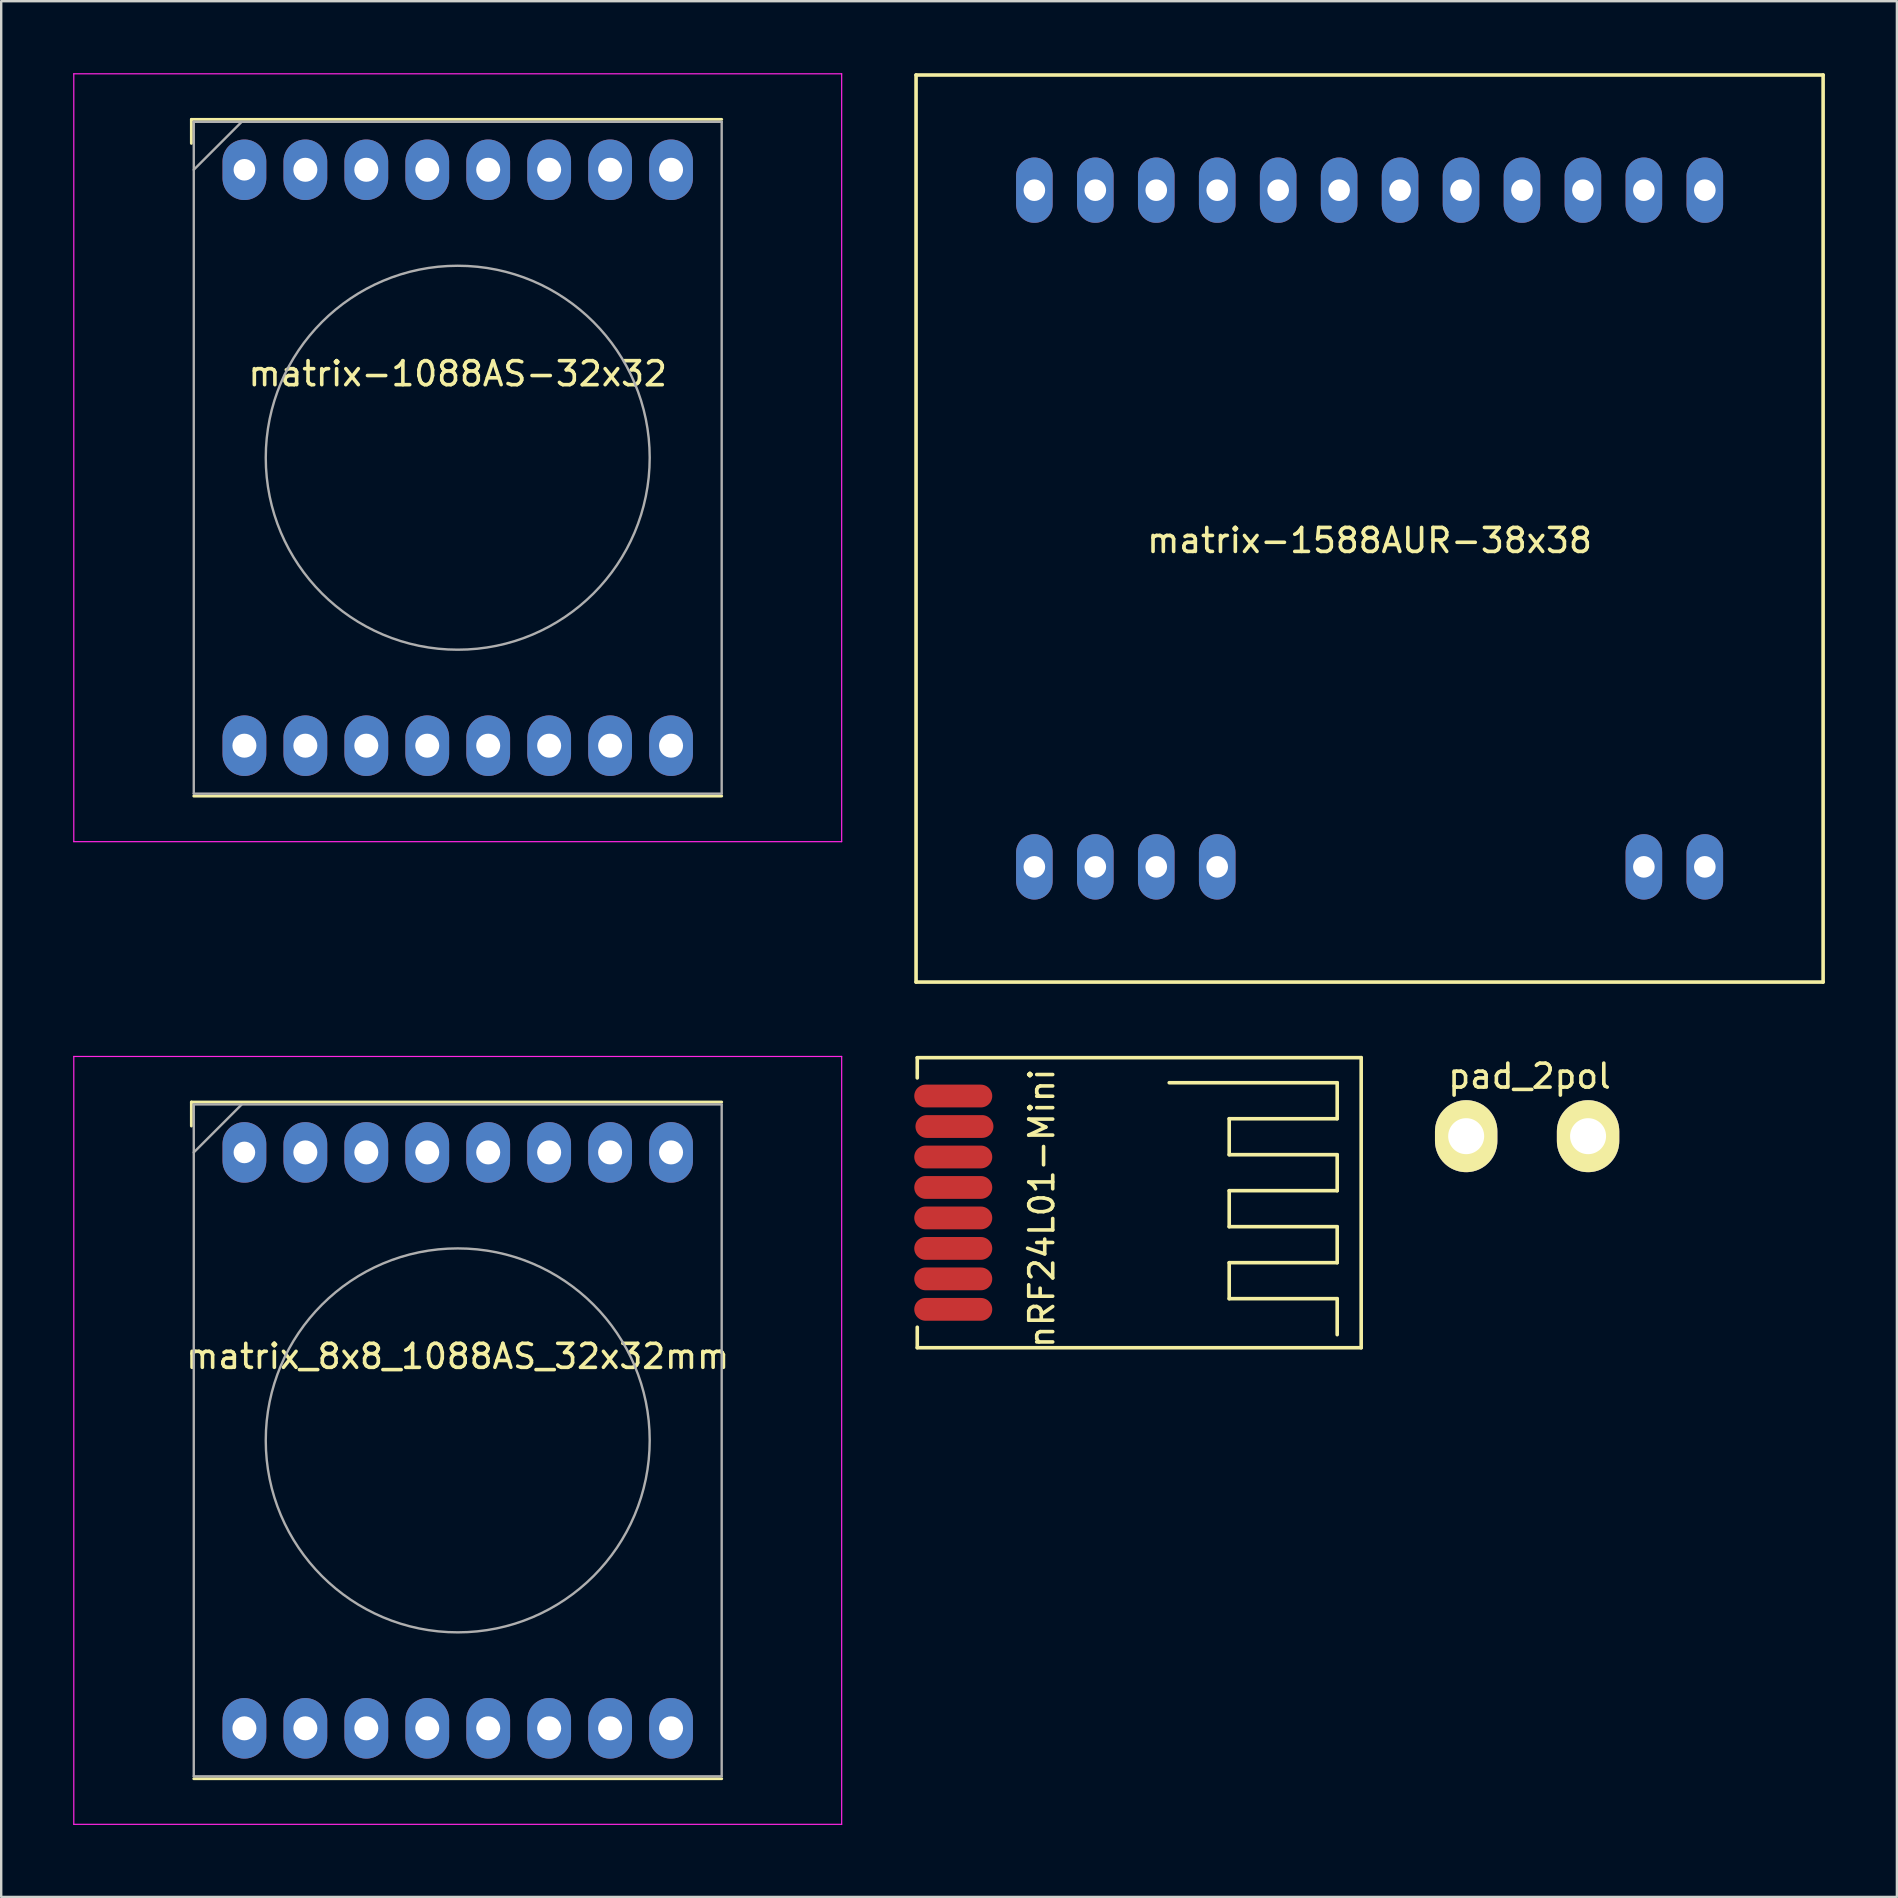
<source format=kicad_pcb>
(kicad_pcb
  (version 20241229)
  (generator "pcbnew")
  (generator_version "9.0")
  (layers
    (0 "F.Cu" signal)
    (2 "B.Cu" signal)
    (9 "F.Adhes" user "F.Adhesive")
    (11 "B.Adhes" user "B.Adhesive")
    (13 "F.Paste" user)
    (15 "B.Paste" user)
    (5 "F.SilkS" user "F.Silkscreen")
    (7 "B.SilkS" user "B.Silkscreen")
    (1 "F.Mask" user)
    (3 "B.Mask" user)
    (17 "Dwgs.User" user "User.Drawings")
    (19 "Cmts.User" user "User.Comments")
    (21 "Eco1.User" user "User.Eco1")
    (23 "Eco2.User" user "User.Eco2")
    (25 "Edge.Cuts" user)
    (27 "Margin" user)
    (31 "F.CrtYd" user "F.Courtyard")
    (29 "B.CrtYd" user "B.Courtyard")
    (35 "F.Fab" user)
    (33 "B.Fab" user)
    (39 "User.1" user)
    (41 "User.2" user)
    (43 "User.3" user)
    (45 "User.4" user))
  (footprint "matrix_8x8_1088AS_32x32mm"
    (layer "F.Cu")
    (at 16.025 56.975)
    (property "Reference" "matrix_8x8_1088AS_32x32mm" (at 0 -3.5 0) (layer "F.SilkS") (effects (font (size 1 1) (thickness 0.15))))
    (attr smd)
    (fp_line (start -11.1 -14.1) (end 11 -14.1) (stroke (width 0.12) (type solid)) (layer "F.SilkS"))
    (fp_line (start -11.1 -13.1) (end -11.1 -14.1) (stroke (width 0.12) (type solid)) (layer "F.SilkS"))
    (fp_line (start 11 14.1) (end -11 14.1) (stroke (width 0.12) (type solid)) (layer "F.SilkS"))
    (fp_line (start -16 -16) (end -16 16) (stroke (width 0.05) (type solid)) (layer "F.CrtYd"))
    (fp_line (start -16 16) (end 16 16) (stroke (width 0.05) (type solid)) (layer "F.CrtYd"))
    (fp_line (start 16 -16) (end -16 -16) (stroke (width 0.05) (type solid)) (layer "F.CrtYd"))
    (fp_line (start 16 16) (end 16 -16) (stroke (width 0.05) (type solid)) (layer "F.CrtYd"))
    (fp_line (start -11 -14) (end 11 -14) (stroke (width 0.1) (type solid)) (layer "F.Fab"))
    (fp_line (start -11 -12) (end -9 -14) (stroke (width 0.1) (type solid)) (layer "F.Fab"))
    (fp_line (start -11 14) (end -11 -14) (stroke (width 0.1) (type solid)) (layer "F.Fab"))
    (fp_line (start 11 -14) (end 11 14) (stroke (width 0.1) (type solid)) (layer "F.Fab"))
    (fp_line (start 11 14) (end -11 14) (stroke (width 0.1) (type solid)) (layer "F.Fab"))
    (fp_circle (center 0 0) (end 0 -8) (stroke (width 0.1) (type solid)) (fill no) (layer "F.Fab"))
    (pad "1" thru_hole oval (at 8.89 -12) (size 1.824 2.524) (drill 1) (layers "*.Cu" "*.Mask"))
    (pad "2" thru_hole oval (at 6.35 -12) (size 1.824 2.524) (drill 1) (layers "*.Cu" "*.Mask"))
    (pad "3" thru_hole oval (at 3.81 -12) (size 1.824 2.524) (drill 1) (layers "*.Cu" "*.Mask"))
    (pad "4" thru_hole oval (at 1.27 -12) (size 1.824 2.524) (drill 1) (layers "*.Cu" "*.Mask"))
    (pad "5" thru_hole oval (at -1.27 -12) (size 1.824 2.524) (drill 1) (layers "*.Cu" "*.Mask"))
    (pad "6" thru_hole oval (at -3.81 -12) (size 1.824 2.524) (drill 1) (layers "*.Cu" "*.Mask"))
    (pad "7" thru_hole oval (at -6.35 -12) (size 1.824 2.524) (drill 1) (layers "*.Cu" "*.Mask"))
    (pad "8" thru_hole oval (at -8.89 -12) (size 1.824 2.524) (drill 0.9) (layers "*.Cu" "*.Mask"))
    (pad "9" thru_hole oval (at -8.89 12) (size 1.824 2.524) (drill 1) (layers "*.Cu" "*.Mask"))
    (pad "10" thru_hole oval (at -6.35 12) (size 1.824 2.524) (drill 1) (layers "*.Cu" "*.Mask"))
    (pad "11" thru_hole oval (at -3.81 12) (size 1.824 2.524) (drill 1) (layers "*.Cu" "*.Mask"))
    (pad "12" thru_hole oval (at -1.27 12) (size 1.824 2.524) (drill 1) (layers "*.Cu" "*.Mask"))
    (pad "13" thru_hole oval (at 1.27 12) (size 1.824 2.524) (drill 1) (layers "*.Cu" "*.Mask"))
    (pad "14" thru_hole oval (at 3.81 12) (size 1.824 2.524) (drill 1) (layers "*.Cu" "*.Mask"))
    (pad "15" thru_hole oval (at 6.35 12) (size 1.824 2.524) (drill 1) (layers "*.Cu" "*.Mask"))
    (pad "16" thru_hole oval (at 8.89 12) (size 1.824 2.524) (drill 1) (layers "*.Cu" "*.Mask")))
  (footprint "matrix-1588AUR-38x38"
    (layer "F.Cu")
    (at 54.025 18.975)
    (property "Reference" "matrix-1588AUR-38x38" (at 0 0.5 0) (layer "F.SilkS") (effects (font (size 1 1) (thickness 0.15))))
    (attr through_hole)
    (fp_line (start -18.9 -18.9) (end -18.9 18.9) (stroke (width 0.15) (type solid)) (layer "F.SilkS"))
    (fp_line (start -18.9 18.9) (end 18.9 18.9) (stroke (width 0.15) (type solid)) (layer "F.SilkS"))
    (fp_line (start 18.9 -18.9) (end -18.9 -18.9) (stroke (width 0.15) (type solid)) (layer "F.SilkS"))
    (fp_line (start 18.9 -18.9) (end 18.9 18.9) (stroke (width 0.15) (type solid)) (layer "F.SilkS"))
    (pad "1" thru_hole oval (at -13.97 14.1) (size 1.524 2.724) (drill 0.9) (layers "*.Cu" "*.Mask"))
    (pad "2" thru_hole oval (at -11.43 14.1) (size 1.524 2.724) (drill 0.9) (layers "*.Cu" "*.Mask"))
    (pad "3" thru_hole oval (at -8.89 14.1) (size 1.524 2.724) (drill 0.9) (layers "*.Cu" "*.Mask"))
    (pad "4" thru_hole oval (at -6.35 14.1) (size 1.524 2.724) (drill 0.9) (layers "*.Cu" "*.Mask"))
    (pad "11" thru_hole oval (at 11.43 14.1) (size 1.524 2.724) (drill 0.9) (layers "*.Cu" "*.Mask"))
    (pad "12" thru_hole oval (at 13.97 14.1) (size 1.524 2.724) (drill 0.9) (layers "*.Cu" "*.Mask"))
    (pad "13" thru_hole oval (at 13.97 -14.1) (size 1.524 2.724) (drill 0.9) (layers "*.Cu" "*.Mask"))
    (pad "14" thru_hole oval (at 11.43 -14.1) (size 1.524 2.724) (drill 0.9) (layers "*.Cu" "*.Mask"))
    (pad "15" thru_hole oval (at 8.89 -14.1) (size 1.524 2.724) (drill 0.9) (layers "*.Cu" "*.Mask"))
    (pad "16" thru_hole oval (at 6.35 -14.1) (size 1.524 2.724) (drill 0.9) (layers "*.Cu" "*.Mask"))
    (pad "17" thru_hole oval (at 3.81 -14.1) (size 1.524 2.724) (drill 0.9) (layers "*.Cu" "*.Mask"))
    (pad "18" thru_hole oval (at 1.27 -14.1) (size 1.524 2.724) (drill 0.9) (layers "*.Cu" "*.Mask"))
    (pad "19" thru_hole oval (at -1.27 -14.1) (size 1.524 2.724) (drill 0.9) (layers "*.Cu" "*.Mask"))
    (pad "20" thru_hole oval (at -3.81 -14.1) (size 1.524 2.724) (drill 0.9) (layers "*.Cu" "*.Mask"))
    (pad "21" thru_hole oval (at -6.35 -14.1) (size 1.524 2.724) (drill 0.9) (layers "*.Cu" "*.Mask"))
    (pad "22" thru_hole oval (at -8.89 -14.1) (size 1.524 2.724) (drill 0.9) (layers "*.Cu" "*.Mask"))
    (pad "23" thru_hole oval (at -11.43 -14.1) (size 1.524 2.724) (drill 0.9) (layers "*.Cu" "*.Mask"))
    (pad "24" thru_hole oval (at -13.97 -14.1) (size 1.524 2.724) (drill 0.9) (layers "*.Cu" "*.Mask")))
  (footprint "pad_2pol"
    (layer "F.Cu")
    (at 60.59 44.298)
    (property "Reference" "pad_2pol" (at 0.1 -2.5 0) (layer "F.SilkS") (effects (font (size 1 1) (thickness 0.15))))
    (attr through_hole)
    (pad "1" thru_hole oval (at -2.54 0) (size 2.6 3) (drill 1.5) (layers "*.Cu" "*.Mask" "F.SilkS"))
    (pad "2" thru_hole oval (at 2.54 0) (size 2.6 3) (drill 1.5) (layers "*.Cu" "*.Mask" "F.SilkS")))
  (footprint "matrix-1088AS-32x32"
    (layer "F.Cu")
    (at 16.025 16.025)
    (property "Reference" "matrix-1088AS-32x32" (at 0 -3.5 0) (layer "F.SilkS") (effects (font (size 1 1) (thickness 0.15))))
    (attr smd)
    (fp_line (start -11.1 -14.1) (end 11 -14.1) (stroke (width 0.12) (type solid)) (layer "F.SilkS"))
    (fp_line (start -11.1 -13.1) (end -11.1 -14.1) (stroke (width 0.12) (type solid)) (layer "F.SilkS"))
    (fp_line (start 11 14.1) (end -11 14.1) (stroke (width 0.12) (type solid)) (layer "F.SilkS"))
    (fp_line (start -16 -16) (end -16 16) (stroke (width 0.05) (type solid)) (layer "F.CrtYd"))
    (fp_line (start -16 16) (end 16 16) (stroke (width 0.05) (type solid)) (layer "F.CrtYd"))
    (fp_line (start 16 -16) (end -16 -16) (stroke (width 0.05) (type solid)) (layer "F.CrtYd"))
    (fp_line (start 16 16) (end 16 -16) (stroke (width 0.05) (type solid)) (layer "F.CrtYd"))
    (fp_line (start -11 -14) (end 11 -14) (stroke (width 0.1) (type solid)) (layer "F.Fab"))
    (fp_line (start -11 -12) (end -9 -14) (stroke (width 0.1) (type solid)) (layer "F.Fab"))
    (fp_line (start -11 14) (end -11 -14) (stroke (width 0.1) (type solid)) (layer "F.Fab"))
    (fp_line (start 11 -14) (end 11 14) (stroke (width 0.1) (type solid)) (layer "F.Fab"))
    (fp_line (start 11 14) (end -11 14) (stroke (width 0.1) (type solid)) (layer "F.Fab"))
    (fp_circle (center 0 0) (end 0 -8) (stroke (width 0.1) (type solid)) (fill no) (layer "F.Fab"))
    (pad "1" thru_hole oval (at 8.89 -12) (size 1.824 2.524) (drill 1) (layers "*.Cu" "*.Mask"))
    (pad "2" thru_hole oval (at 6.35 -12) (size 1.824 2.524) (drill 1) (layers "*.Cu" "*.Mask"))
    (pad "3" thru_hole oval (at 3.81 -12) (size 1.824 2.524) (drill 1) (layers "*.Cu" "*.Mask"))
    (pad "4" thru_hole oval (at 1.27 -12) (size 1.824 2.524) (drill 1) (layers "*.Cu" "*.Mask"))
    (pad "5" thru_hole oval (at -1.27 -12) (size 1.824 2.524) (drill 1) (layers "*.Cu" "*.Mask"))
    (pad "6" thru_hole oval (at -3.81 -12) (size 1.824 2.524) (drill 1) (layers "*.Cu" "*.Mask"))
    (pad "7" thru_hole oval (at -6.35 -12) (size 1.824 2.524) (drill 1) (layers "*.Cu" "*.Mask"))
    (pad "8" thru_hole oval (at -8.89 -12) (size 1.824 2.524) (drill 0.9) (layers "*.Cu" "*.Mask"))
    (pad "9" thru_hole oval (at -8.89 12) (size 1.824 2.524) (drill 1) (layers "*.Cu" "*.Mask"))
    (pad "10" thru_hole oval (at -6.35 12) (size 1.824 2.524) (drill 1) (layers "*.Cu" "*.Mask"))
    (pad "11" thru_hole oval (at -3.81 12) (size 1.824 2.524) (drill 1) (layers "*.Cu" "*.Mask"))
    (pad "12" thru_hole oval (at -1.27 12) (size 1.824 2.524) (drill 1) (layers "*.Cu" "*.Mask"))
    (pad "13" thru_hole oval (at 1.27 12) (size 1.824 2.524) (drill 1) (layers "*.Cu" "*.Mask"))
    (pad "14" thru_hole oval (at 3.81 12) (size 1.824 2.524) (drill 1) (layers "*.Cu" "*.Mask"))
    (pad "15" thru_hole oval (at 6.35 12) (size 1.824 2.524) (drill 1) (layers "*.Cu" "*.Mask"))
    (pad "16" thru_hole oval (at 8.89 12) (size 1.824 2.524) (drill 1) (layers "*.Cu" "*.Mask")))
  (footprint "nRF24L01-Mini"
    (layer "F.Cu")
    (at 36.675 47.07)
    (property "Reference" "nRF24L01-Mini" (at 3.69 0.23 90) (layer "F.SilkS") (effects (font (size 1 1) (thickness 0.15))))
    (attr through_hole)
    (fp_line (start -1.5 -6.045) (end 17 -6.045) (stroke (width 0.15) (type solid)) (layer "F.SilkS"))
    (fp_line (start -1.5 -6.04) (end -1.5 -5.2) (stroke (width 0.15) (type solid)) (layer "F.SilkS"))
    (fp_line (start -1.5 6.04) (end -1.5 5.19) (stroke (width 0.15) (type solid)) (layer "F.SilkS"))
    (fp_line (start -1.5 6.045) (end 17 6.045) (stroke (width 0.15) (type solid)) (layer "F.SilkS"))
    (fp_line (start 9 -5) (end 16 -5) (stroke (width 0.15) (type solid)) (layer "F.SilkS"))
    (fp_line (start 11.5 -3.5) (end 11.5 -2) (stroke (width 0.15) (type solid)) (layer "F.SilkS"))
    (fp_line (start 11.5 -2) (end 16 -2) (stroke (width 0.15) (type solid)) (layer "F.SilkS"))
    (fp_line (start 11.5 -0.5) (end 11.5 1) (stroke (width 0.15) (type solid)) (layer "F.SilkS"))
    (fp_line (start 11.5 1) (end 16 1) (stroke (width 0.15) (type solid)) (layer "F.SilkS"))
    (fp_line (start 11.5 2.5) (end 11.5 4) (stroke (width 0.15) (type solid)) (layer "F.SilkS"))
    (fp_line (start 11.5 4) (end 16 4) (stroke (width 0.15) (type solid)) (layer "F.SilkS"))
    (fp_line (start 16 -5) (end 16 -3.5) (stroke (width 0.15) (type solid)) (layer "F.SilkS"))
    (fp_line (start 16 -3.5) (end 11.5 -3.5) (stroke (width 0.15) (type solid)) (layer "F.SilkS"))
    (fp_line (start 16 -2) (end 16 -0.5) (stroke (width 0.15) (type solid)) (layer "F.SilkS"))
    (fp_line (start 16 -0.5) (end 11.5 -0.5) (stroke (width 0.15) (type solid)) (layer "F.SilkS"))
    (fp_line (start 16 1) (end 16 2.5) (stroke (width 0.15) (type solid)) (layer "F.SilkS"))
    (fp_line (start 16 2.5) (end 11.5 2.5) (stroke (width 0.15) (type solid)) (layer "F.SilkS"))
    (fp_line (start 16 4) (end 16 5.5) (stroke (width 0.15) (type solid)) (layer "F.SilkS"))
    (fp_line (start 17 -6.045) (end 17 6.045) (stroke (width 0.15) (type solid)) (layer "F.SilkS"))
    (pad "1" smd oval (at 0 -4.445) (size 3.25 0.95) (layers "F.Cu" "F.Mask" "F.Paste"))
    (pad "2" smd oval (at 0.05 -3.175) (size 3.25 0.95) (layers "F.Cu" "F.Mask" "F.Paste"))
    (pad "3" smd oval (at 0 -1.905) (size 3.25 0.95) (layers "F.Cu" "F.Mask" "F.Paste"))
    (pad "4" smd oval (at 0 -0.635) (size 3.25 0.95) (layers "F.Cu" "F.Mask" "F.Paste"))
    (pad "5" smd oval (at 0 0.635) (size 3.25 0.95) (layers "F.Cu" "F.Mask" "F.Paste"))
    (pad "6" smd oval (at 0 1.905) (size 3.25 0.95) (layers "F.Cu" "F.Mask" "F.Paste"))
    (pad "7" smd oval (at 0 3.175) (size 3.25 0.95) (layers "F.Cu" "F.Mask" "F.Paste"))
    (pad "8" smd oval (at 0 4.445) (size 3.25 0.95) (layers "F.Cu" "F.Mask" "F.Paste")))
  (gr_rect
    (start -3 -3)
    (end 76 76)
    (stroke (width 0.1) (type default))
    (fill no)
    (layer "Edge.Cuts")))
</source>
